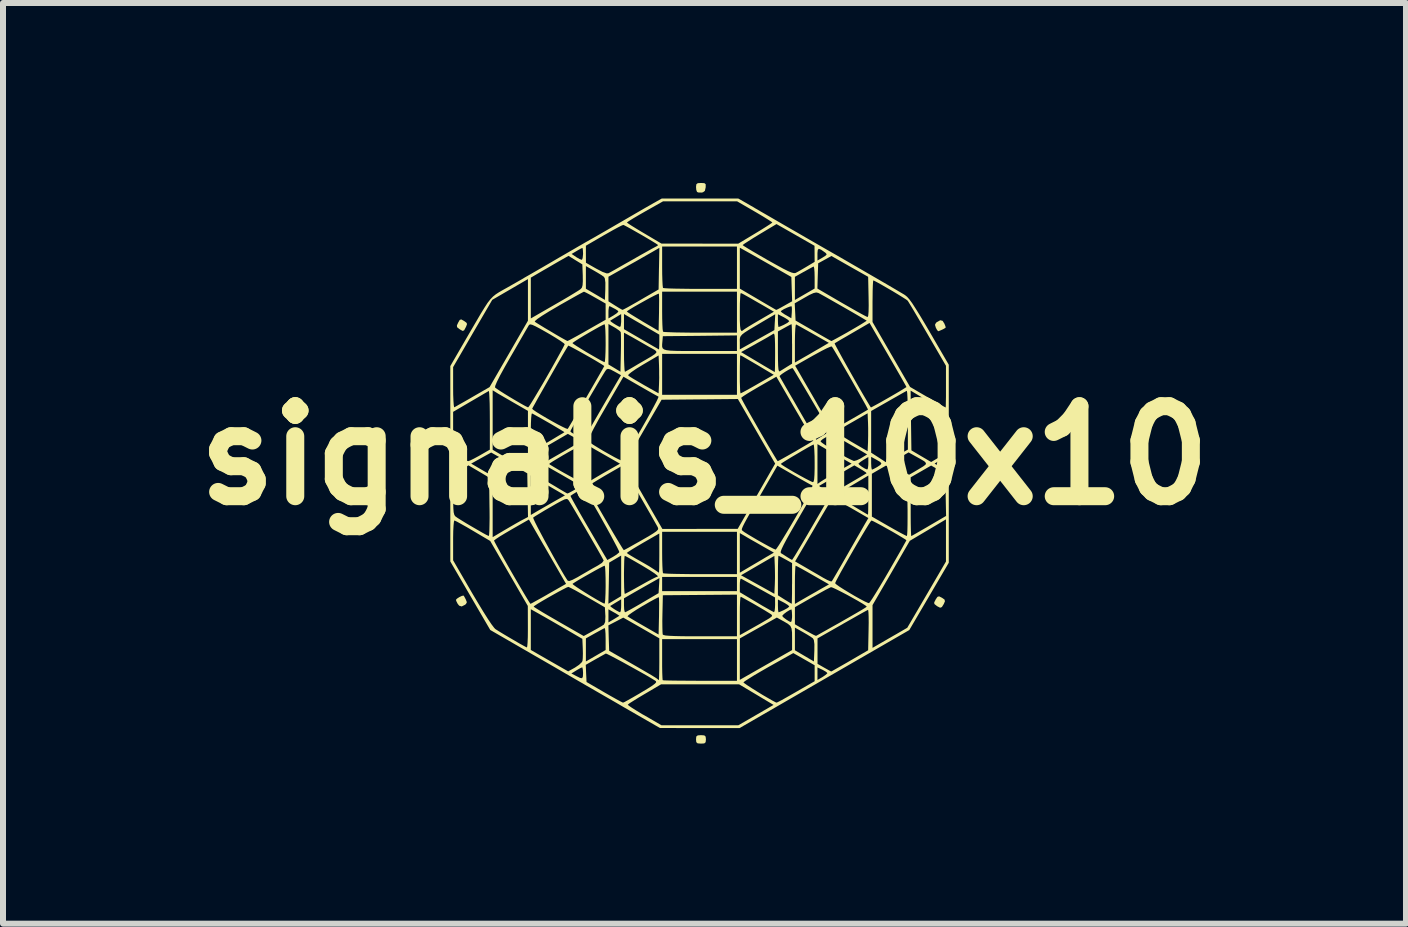
<source format=kicad_pcb>
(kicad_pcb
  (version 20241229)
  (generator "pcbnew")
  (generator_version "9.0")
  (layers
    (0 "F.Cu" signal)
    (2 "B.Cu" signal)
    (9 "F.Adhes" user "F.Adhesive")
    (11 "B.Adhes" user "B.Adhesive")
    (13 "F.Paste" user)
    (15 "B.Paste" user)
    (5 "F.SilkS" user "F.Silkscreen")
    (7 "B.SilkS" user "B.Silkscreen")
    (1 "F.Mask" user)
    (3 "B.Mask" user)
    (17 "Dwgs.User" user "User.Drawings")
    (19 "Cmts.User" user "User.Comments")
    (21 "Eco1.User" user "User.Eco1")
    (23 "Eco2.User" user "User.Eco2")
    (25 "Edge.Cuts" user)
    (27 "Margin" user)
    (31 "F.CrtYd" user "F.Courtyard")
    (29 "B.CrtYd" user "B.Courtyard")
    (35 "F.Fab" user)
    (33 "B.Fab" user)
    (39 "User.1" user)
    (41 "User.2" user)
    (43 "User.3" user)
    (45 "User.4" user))
  (footprint "signalis_10x10"
    (layer "F.Cu")
    (at 8.693 4.543)
    (property "Reference" "signalis_10x10" (at 0 0 0) (layer "F.SilkS") (effects (font (size 1.5 1.5) (thickness 0.3))))
    (attr board_only exclude_from_pos_files exclude_from_bom)
    (fp_poly (pts (xy -0.003 4.665) (xy 0.019 4.685) (xy 0.024 4.732) (xy 0.019 4.779) (xy -0.004 4.799) (xy -0.059 4.802) (xy -0.114 4.798) (xy -0.137 4.778) (xy -0.141 4.732) (xy -0.137 4.684) (xy -0.113 4.665) (xy -0.059 4.661)) (stroke (width 0) (type solid)) (fill yes) (layer "F.SilkS"))
    (fp_poly (pts (xy -0.002 -4.54) (xy 0.02 -4.522) (xy 0.02 -4.476) (xy 0.019 -4.467) (xy 0.006 -4.411) (xy -0.025 -4.388) (xy -0.048 -4.383) (xy -0.099 -4.384) (xy -0.124 -4.393) (xy -0.137 -4.427) (xy -0.141 -4.477) (xy -0.136 -4.521) (xy -0.112 -4.54) (xy -0.057 -4.543)) (stroke (width 0) (type solid)) (fill yes) (layer "F.SilkS"))
    (fp_poly (pts (xy 3.969 -2.245) (xy 3.999 -2.198) (xy 4.017 -2.152) (xy 4.02 -2.131) (xy 3.99 -2.112) (xy 3.944 -2.09) (xy 3.905 -2.074) (xy 3.897 -2.072) (xy 3.878 -2.09) (xy 3.856 -2.131) (xy 3.842 -2.179) (xy 3.859 -2.212) (xy 3.874 -2.224) (xy 3.93 -2.255)) (stroke (width 0) (type solid)) (fill yes) (layer "F.SilkS"))
    (fp_poly (pts (xy -4.015 -2.247) (xy -4.013 -2.246) (xy -3.97 -2.216) (xy -3.958 -2.193) (xy -3.971 -2.155) (xy -3.982 -2.132) (xy -4.007 -2.086) (xy -4.032 -2.077) (xy -4.075 -2.101) (xy -4.089 -2.111) (xy -4.124 -2.139) (xy -4.127 -2.169) (xy -4.106 -2.215) (xy -4.08 -2.26) (xy -4.055 -2.269)) (stroke (width 0) (type solid)) (fill yes) (layer "F.SilkS"))
    (fp_poly (pts (xy -4.014 2.335) (xy -4 2.359) (xy -3.979 2.399) (xy -3.961 2.445) (xy -3.976 2.475) (xy -3.992 2.488) (xy -4.047 2.516) (xy -4.089 2.503) (xy -4.114 2.472) (xy -4.137 2.427) (xy -4.143 2.405) (xy -4.125 2.385) (xy -4.085 2.359) (xy -4.042 2.339) (xy -4.015 2.335)) (stroke (width 0) (type solid)) (fill yes) (layer "F.SilkS"))
    (fp_poly (pts (xy 3.954 2.369) (xy 3.958 2.371) (xy 4.001 2.401) (xy 4.008 2.43) (xy 3.988 2.476) (xy 3.957 2.526) (xy 3.928 2.537) (xy 3.882 2.514) (xy 3.867 2.503) (xy 3.832 2.475) (xy 3.829 2.448) (xy 3.853 2.401) (xy 3.853 2.4) (xy 3.883 2.356) (xy 3.91 2.347)) (stroke (width 0) (type solid)) (fill yes) (layer "F.SilkS"))
    (fp_poly (pts (xy 0.688 -4.213) (xy 0.76 -4.171) (xy 0.82 -4.137) (xy 0.847 -4.12) (xy 0.876 -4.104) (xy 0.938 -4.067) (xy 1.029 -4.015) (xy 1.143 -3.949) (xy 1.272 -3.874) (xy 1.412 -3.793) (xy 1.555 -3.711) (xy 1.696 -3.629) (xy 1.828 -3.553) (xy 1.946 -3.485) (xy 2.042 -3.43) (xy 2.112 -3.39) (xy 2.117 -3.387) (xy 2.271 -3.299) (xy 2.433 -3.205) (xy 2.599 -3.109) (xy 2.761 -3.015) (xy 2.915 -2.926) (xy 3.054 -2.845) (xy 3.173 -2.775) (xy 3.266 -2.72) (xy 3.327 -2.684) (xy 3.345 -2.672) (xy 3.377 -2.646) (xy 3.415 -2.603) (xy 3.462 -2.539) (xy 3.52 -2.449) (xy 3.594 -2.33) (xy 3.686 -2.176) (xy 3.751 -2.065) (xy 4.072 -1.513) (xy 4.072 0.137) (xy 4.072 1.787) (xy 3.743 2.348) (xy 3.414 2.909) (xy 1.999 3.726) (xy 0.585 4.543) (xy -0.078 4.543) (xy -0.742 4.542) (xy -1.354 4.19) (xy -1.417 4.153) (xy -1.279 4.153) (xy -1.261 4.17) (xy -1.21 4.205) (xy -1.132 4.254) (xy -1.035 4.313) (xy -1 4.332) (xy -0.718 4.496) (xy -0.077 4.496) (xy 0.565 4.496) (xy 0.858 4.327) (xy 1.151 4.157) (xy 0.864 3.985) (xy 0.577 3.814) (xy -0.074 3.814) (xy -0.724 3.814) (xy -0.999 3.976) (xy -1.1 4.036) (xy -1.185 4.089) (xy -1.247 4.128) (xy -1.277 4.151) (xy -1.279 4.153) (xy -1.417 4.153) (xy -1.51 4.099) (xy -1.656 4.015) (xy -1.786 3.94) (xy -1.893 3.878) (xy -1.972 3.833) (xy -2.018 3.806) (xy -2.024 3.802) (xy -2.058 3.783) (xy -2.127 3.743) (xy -2.227 3.685) (xy -2.317 3.633) (xy -2.219 3.633) (xy -2.139 3.675) (xy -2.074 3.707) (xy -2.04 3.712) (xy -2.027 3.684) (xy -2.024 3.625) (xy -2.028 3.566) (xy -2.036 3.533) (xy -2.039 3.531) (xy -2.067 3.542) (xy -2.118 3.571) (xy -2.136 3.582) (xy -2.219 3.633) (xy -2.317 3.633) (xy -2.353 3.612) (xy -2.499 3.527) (xy -2.662 3.433) (xy -2.827 3.338) (xy -3.571 2.908) (xy -3.904 2.337) (xy -4.237 1.766) (xy -4.237 1.415) (xy -4.19 1.415) (xy -4.19 1.747) (xy -3.869 2.3) (xy -3.773 2.461) (xy -3.687 2.603) (xy -3.611 2.723) (xy -3.55 2.814) (xy -3.506 2.872) (xy -3.487 2.892) (xy -3.429 2.929) (xy -3.35 2.977) (xy -3.259 3.031) (xy -3.166 3.085) (xy -3.081 3.135) (xy -3.012 3.173) (xy -2.969 3.196) (xy -2.96 3.199) (xy -2.954 3.178) (xy -2.949 3.118) (xy -2.945 3.026) (xy -2.944 2.913) (xy -2.944 2.902) (xy -2.895 2.902) (xy -2.895 3.241) (xy -2.584 3.42) (xy -2.272 3.598) (xy -2.159 3.535) (xy -2.094 3.491) (xy -2.091 3.489) (xy -1.979 3.489) (xy -1.973 3.632) (xy -1.966 3.775) (xy -1.671 3.947) (xy -1.565 4.008) (xy -1.474 4.059) (xy -1.404 4.097) (xy -1.364 4.117) (xy -1.358 4.119) (xy -1.331 4.108) (xy -1.273 4.076) (xy -1.19 4.029) (xy -1.09 3.971) (xy -1.057 3.951) (xy -0.945 3.884) (xy -0.87 3.836) (xy -0.825 3.802) (xy -0.808 3.782) (xy 0.649 3.782) (xy 0.669 3.799) (xy 0.72 3.834) (xy 0.794 3.882) (xy 0.882 3.937) (xy 0.973 3.993) (xy 1.061 4.044) (xy 1.134 4.086) (xy 1.185 4.113) (xy 1.203 4.119) (xy 1.227 4.108) (xy 1.285 4.078) (xy 1.368 4.031) (xy 1.47 3.973) (xy 1.526 3.941) (xy 1.836 3.762) (xy 1.836 3.637) (xy 1.883 3.637) (xy 1.883 3.741) (xy 1.966 3.693) (xy 2.017 3.658) (xy 2.046 3.632) (xy 2.048 3.627) (xy 2.029 3.607) (xy 1.981 3.579) (xy 1.966 3.571) (xy 1.883 3.532) (xy 1.883 3.637) (xy 1.836 3.637) (xy 1.836 3.629) (xy 1.836 3.496) (xy 1.794 3.472) (xy 1.884 3.472) (xy 1.995 3.536) (xy 2.058 3.571) (xy 2.1 3.594) (xy 2.111 3.6) (xy 2.132 3.59) (xy 2.186 3.559) (xy 2.267 3.513) (xy 2.367 3.456) (xy 2.422 3.424) (xy 2.728 3.246) (xy 2.735 2.906) (xy 2.737 2.786) (xy 2.736 2.686) (xy 2.733 2.613) (xy 2.728 2.575) (xy 2.726 2.572) (xy 2.701 2.585) (xy 2.642 2.617) (xy 2.555 2.666) (xy 2.446 2.728) (xy 2.322 2.798) (xy 2.297 2.813) (xy 1.884 3.048) (xy 1.884 3.26) (xy 1.884 3.472) (xy 1.794 3.472) (xy 1.658 3.394) (xy 1.48 3.293) (xy 1.063 3.527) (xy 0.938 3.599) (xy 0.827 3.664) (xy 0.739 3.719) (xy 0.678 3.758) (xy 0.65 3.78) (xy 0.649 3.782) (xy -0.808 3.782) (xy -0.806 3.78) (xy -0.808 3.764) (xy -0.818 3.755) (xy -0.867 3.725) (xy -0.943 3.679) (xy -1.04 3.624) (xy -1.149 3.563) (xy -1.263 3.5) (xy -1.375 3.438) (xy -1.476 3.384) (xy -1.56 3.34) (xy -1.618 3.311) (xy -1.644 3.3) (xy -1.644 3.3) (xy -1.671 3.315) (xy -1.727 3.346) (xy -1.802 3.388) (xy -1.82 3.398) (xy -1.979 3.489) (xy -2.091 3.489) (xy -2.047 3.447) (xy -2.034 3.425) (xy -2.029 3.377) (xy -2.027 3.3) (xy -2.029 3.216) (xy -2.036 3.055) (xy -2.05 3.048) (xy -1.977 3.048) (xy -1.977 3.24) (xy -1.977 3.433) (xy -1.813 3.338) (xy -1.648 3.242) (xy -1.648 3.055) (xy -1.65 2.969) (xy -1.655 2.906) (xy -1.663 2.877) (xy -1.666 2.876) (xy -1.694 2.891) (xy -1.751 2.922) (xy -1.826 2.963) (xy -1.831 2.966) (xy -1.977 3.048) (xy -2.05 3.048) (xy -2.319 2.891) (xy -2.438 2.822) (xy -2.557 2.753) (xy -2.664 2.692) (xy -2.744 2.647) (xy -2.748 2.644) (xy -2.895 2.562) (xy -2.895 2.902) (xy -2.944 2.902) (xy -2.944 2.854) (xy -2.945 2.517) (xy -2.848 2.517) (xy -2.829 2.533) (xy -2.774 2.567) (xy -2.691 2.618) (xy -2.585 2.68) (xy -2.462 2.751) (xy -2.43 2.77) (xy -2.013 3.009) (xy -1.86 2.925) (xy -1.781 2.881) (xy -1.715 2.843) (xy -1.697 2.831) (xy -1.602 2.831) (xy -1.596 3.043) (xy -1.589 3.255) (xy -1.201 3.477) (xy -1.078 3.548) (xy -0.968 3.612) (xy -0.879 3.664) (xy -0.818 3.702) (xy -0.79 3.721) (xy -0.79 3.721) (xy -0.765 3.741) (xy -0.76 3.743) (xy -0.758 3.721) (xy -0.756 3.66) (xy -0.754 3.568) (xy -0.753 3.454) (xy -0.753 3.398) (xy -0.706 3.398) (xy -0.706 3.519) (xy -0.704 3.622) (xy -0.701 3.698) (xy -0.698 3.74) (xy -0.696 3.745) (xy -0.671 3.748) (xy -0.605 3.75) (xy -0.505 3.752) (xy -0.376 3.753) (xy -0.226 3.754) (xy -0.073 3.755) (xy 0.541 3.755) (xy 0.541 3.739) (xy 0.589 3.739) (xy 1.024 3.491) (xy 1.46 3.243) (xy 1.46 3.057) (xy 1.507 3.057) (xy 1.507 3.246) (xy 1.665 3.339) (xy 1.824 3.433) (xy 1.831 3.254) (xy 1.832 3.144) (xy 1.823 3.076) (xy 1.808 3.048) (xy 1.772 3.022) (xy 1.709 2.983) (xy 1.642 2.944) (xy 1.507 2.868) (xy 1.507 3.057) (xy 1.46 3.057) (xy 1.46 3.048) (xy 1.459 2.949) (xy 1.451 2.884) (xy 1.431 2.84) (xy 1.39 2.805) (xy 1.322 2.765) (xy 1.303 2.755) (xy 1.206 2.701) (xy 0.898 2.875) (xy 0.59 3.048) (xy 0.589 3.394) (xy 0.589 3.739) (xy 0.541 3.739) (xy 0.541 3.407) (xy 0.541 3.06) (xy -0.082 3.06) (xy -0.706 3.06) (xy -0.706 3.398) (xy -0.753 3.398) (xy -0.753 3.395) (xy -0.753 3.047) (xy -1.053 2.874) (xy -1.354 2.702) (xy -1.478 2.767) (xy -1.602 2.831) (xy -1.697 2.831) (xy -1.678 2.819) (xy -1.676 2.818) (xy -1.656 2.774) (xy -1.652 2.688) (xy -1.652 2.672) (xy -1.601 2.672) (xy -1.601 2.782) (xy -1.512 2.729) (xy -1.458 2.696) (xy -1.429 2.678) (xy -1.283 2.678) (xy -1.283 2.68) (xy -1.258 2.697) (xy -1.2 2.732) (xy -1.119 2.78) (xy -1.022 2.836) (xy -1.017 2.839) (xy -0.765 2.984) (xy -0.76 2.759) (xy -0.703 2.759) (xy -0.702 2.861) (xy -0.7 2.938) (xy -0.697 2.98) (xy -0.696 2.983) (xy -0.683 2.992) (xy -0.648 3) (xy -0.587 3.005) (xy -0.495 3.009) (xy -0.369 3.012) (xy -0.203 3.013) (xy -0.071 3.013) (xy 0.541 3.013) (xy 0.541 2.674) (xy 0.589 2.674) (xy 0.589 2.994) (xy 0.724 2.918) (xy 0.82 2.864) (xy 0.93 2.802) (xy 1.005 2.758) (xy 1.08 2.714) (xy 1.119 2.685) (xy 1.123 2.675) (xy 1.296 2.675) (xy 1.318 2.7) (xy 1.363 2.734) (xy 1.411 2.764) (xy 1.442 2.776) (xy 1.452 2.756) (xy 1.459 2.704) (xy 1.46 2.672) (xy 1.457 2.609) (xy 1.452 2.571) (xy 1.448 2.566) (xy 1.416 2.578) (xy 1.369 2.607) (xy 1.324 2.641) (xy 1.298 2.669) (xy 1.296 2.675) (xy 1.123 2.675) (xy 1.127 2.665) (xy 1.112 2.648) (xy 1.111 2.647) (xy 1.066 2.619) (xy 0.996 2.576) (xy 0.911 2.526) (xy 0.822 2.474) (xy 0.736 2.426) (xy 0.665 2.386) (xy 0.617 2.36) (xy 0.603 2.354) (xy 0.597 2.376) (xy 0.593 2.437) (xy 0.59 2.527) (xy 0.589 2.639) (xy 0.589 2.674) (xy 0.541 2.674) (xy 0.541 2.666) (xy 0.541 2.319) (xy -0.077 2.324) (xy -0.694 2.329) (xy -0.701 2.64) (xy -0.703 2.759) (xy -0.76 2.759) (xy -0.758 2.678) (xy -0.757 2.563) (xy -0.756 2.466) (xy -0.758 2.397) (xy -0.76 2.363) (xy -0.761 2.362) (xy -0.783 2.37) (xy -0.838 2.398) (xy -0.918 2.442) (xy -1.014 2.498) (xy -1.034 2.509) (xy -1.131 2.568) (xy -1.209 2.619) (xy -1.262 2.657) (xy -1.283 2.678) (xy -1.429 2.678) (xy -1.423 2.675) (xy -1.419 2.672) (xy -1.434 2.66) (xy -1.478 2.632) (xy -1.507 2.616) (xy -1.601 2.563) (xy -1.601 2.672) (xy -1.652 2.672) (xy -1.653 2.662) (xy -1.66 2.531) (xy -1.699 2.508) (xy -1.572 2.508) (xy -1.56 2.522) (xy -1.522 2.549) (xy -1.474 2.58) (xy -1.429 2.604) (xy -1.407 2.613) (xy -1.396 2.592) (xy -1.39 2.539) (xy -1.389 2.505) (xy -1.389 2.397) (xy -1.477 2.45) (xy -1.532 2.484) (xy -1.567 2.505) (xy -1.572 2.508) (xy -1.699 2.508) (xy -1.762 2.471) (xy -1.602 2.471) (xy -1.495 2.407) (xy -1.45 2.38) (xy -1.342 2.38) (xy -1.342 2.496) (xy -1.339 2.563) (xy -1.33 2.605) (xy -1.324 2.613) (xy -1.298 2.601) (xy -1.24 2.57) (xy -1.158 2.524) (xy -1.059 2.467) (xy -1.036 2.453) (xy -0.765 2.294) (xy -0.758 2.168) (xy -0.756 2.142) (xy -0.706 2.142) (xy -0.706 2.26) (xy -0.082 2.26) (xy 0.541 2.26) (xy 0.541 2.161) (xy 0.589 2.161) (xy 0.589 2.279) (xy 0.865 2.444) (xy 0.967 2.505) (xy 1.055 2.555) (xy 1.121 2.592) (xy 1.156 2.61) (xy 1.159 2.611) (xy 1.169 2.591) (xy 1.175 2.537) (xy 1.176 2.507) (xy 1.224 2.507) (xy 1.226 2.57) (xy 1.232 2.608) (xy 1.235 2.613) (xy 1.261 2.604) (xy 1.313 2.581) (xy 1.329 2.573) (xy 1.382 2.544) (xy 1.401 2.528) (xy 1.507 2.528) (xy 1.507 2.67) (xy 1.507 2.813) (xy 1.678 2.912) (xy 1.757 2.956) (xy 1.819 2.989) (xy 1.855 3.005) (xy 1.86 3.006) (xy 1.883 2.994) (xy 1.941 2.961) (xy 2.027 2.913) (xy 2.135 2.852) (xy 2.259 2.783) (xy 2.288 2.766) (xy 2.414 2.694) (xy 2.525 2.63) (xy 2.614 2.578) (xy 2.676 2.54) (xy 2.704 2.52) (xy 2.705 2.519) (xy 2.686 2.502) (xy 2.673 2.493) (xy 2.801 2.493) (xy 2.801 2.85) (xy 2.801 3.206) (xy 2.901 3.148) (xy 2.969 3.109) (xy 3.06 3.056) (xy 3.159 2.999) (xy 3.191 2.981) (xy 3.38 2.871) (xy 3.703 2.319) (xy 4.025 1.767) (xy 4.025 1.415) (xy 4.025 1.064) (xy 3.724 1.243) (xy 3.422 1.422) (xy 3.112 1.958) (xy 2.801 2.493) (xy 2.673 2.493) (xy 2.634 2.468) (xy 2.558 2.423) (xy 2.467 2.372) (xy 2.371 2.319) (xy 2.277 2.27) (xy 2.197 2.23) (xy 2.138 2.203) (xy 2.109 2.194) (xy 2.109 2.194) (xy 2.079 2.208) (xy 2.017 2.24) (xy 1.93 2.288) (xy 1.828 2.345) (xy 1.794 2.364) (xy 1.507 2.528) (xy 1.401 2.528) (xy 1.411 2.519) (xy 1.412 2.515) (xy 1.393 2.494) (xy 1.345 2.463) (xy 1.318 2.448) (xy 1.224 2.4) (xy 1.224 2.507) (xy 1.176 2.507) (xy 1.177 2.489) (xy 1.176 2.366) (xy 0.901 2.213) (xy 0.798 2.156) (xy 0.709 2.107) (xy 0.644 2.071) (xy 0.609 2.053) (xy 0.607 2.052) (xy 0.596 2.068) (xy 0.59 2.119) (xy 0.589 2.161) (xy 0.541 2.161) (xy 0.541 2.142) (xy 0.541 2.024) (xy -0.082 2.024) (xy -0.706 2.024) (xy -0.706 2.142) (xy -0.756 2.142) (xy -0.751 2.043) (xy -0.887 2.12) (xy -0.981 2.173) (xy -1.09 2.235) (xy -1.183 2.288) (xy -1.342 2.38) (xy -1.45 2.38) (xy -1.389 2.343) (xy -1.389 2.005) (xy -1.389 1.989) (xy -1.342 1.989) (xy -1.341 2.105) (xy -1.339 2.202) (xy -1.335 2.272) (xy -1.33 2.305) (xy -1.329 2.307) (xy -1.305 2.296) (xy -1.248 2.266) (xy -1.167 2.222) (xy -1.071 2.168) (xy -1.067 2.166) (xy -0.969 2.111) (xy -0.886 2.066) (xy -0.826 2.036) (xy -0.798 2.024) (xy -0.797 2.024) (xy -0.777 2.018) (xy -0.788 1.998) (xy -0.792 1.996) (xy 0.609 1.996) (xy 0.887 2.15) (xy 1.165 2.305) (xy 1.172 2.154) (xy 1.175 2.045) (xy 1.175 2.001) (xy 1.224 2.001) (xy 1.224 2.33) (xy 1.336 2.401) (xy 1.398 2.439) (xy 1.441 2.465) (xy 1.454 2.471) (xy 1.456 2.449) (xy 1.457 2.389) (xy 1.459 2.297) (xy 1.459 2.184) (xy 1.459 2.155) (xy 1.507 2.155) (xy 1.507 2.474) (xy 1.607 2.415) (xy 1.675 2.376) (xy 1.767 2.323) (xy 1.866 2.267) (xy 1.891 2.252) (xy 2.075 2.148) (xy 2.041 2.128) (xy 2.177 2.128) (xy 2.197 2.148) (xy 2.248 2.185) (xy 2.323 2.233) (xy 2.412 2.287) (xy 2.505 2.342) (xy 2.594 2.392) (xy 2.67 2.432) (xy 2.723 2.456) (xy 2.742 2.461) (xy 2.76 2.44) (xy 2.798 2.384) (xy 2.852 2.298) (xy 2.92 2.187) (xy 2.997 2.058) (xy 3.066 1.94) (xy 3.147 1.799) (xy 3.22 1.672) (xy 3.282 1.564) (xy 3.328 1.481) (xy 3.357 1.429) (xy 3.365 1.412) (xy 3.346 1.397) (xy 3.294 1.365) (xy 3.219 1.32) (xy 3.13 1.268) (xy 3.035 1.215) (xy 2.944 1.164) (xy 2.865 1.122) (xy 2.809 1.093) (xy 2.783 1.083) (xy 2.767 1.102) (xy 2.732 1.156) (xy 2.682 1.238) (xy 2.62 1.341) (xy 2.551 1.458) (xy 2.478 1.583) (xy 2.405 1.71) (xy 2.336 1.831) (xy 2.275 1.939) (xy 2.226 2.03) (xy 2.192 2.094) (xy 2.178 2.127) (xy 2.177 2.128) (xy 2.041 2.128) (xy 1.803 1.992) (xy 1.702 1.934) (xy 1.616 1.886) (xy 1.553 1.852) (xy 1.521 1.837) (xy 1.519 1.836) (xy 1.515 1.858) (xy 1.511 1.919) (xy 1.508 2.009) (xy 1.507 2.121) (xy 1.507 2.155) (xy 1.459 2.155) (xy 1.46 2.132) (xy 1.46 1.793) (xy 1.41 1.765) (xy 1.51 1.765) (xy 1.679 1.863) (xy 1.78 1.922) (xy 1.886 1.983) (xy 1.974 2.035) (xy 1.977 2.037) (xy 2.046 2.074) (xy 2.098 2.096) (xy 2.121 2.098) (xy 2.136 2.074) (xy 2.171 2.015) (xy 2.222 1.928) (xy 2.286 1.818) (xy 2.358 1.692) (xy 2.39 1.636) (xy 2.468 1.5) (xy 2.54 1.374) (xy 2.603 1.265) (xy 2.652 1.179) (xy 2.683 1.125) (xy 2.689 1.115) (xy 2.732 1.042) (xy 2.436 0.871) (xy 2.33 0.812) (xy 2.241 0.762) (xy 2.173 0.727) (xy 2.137 0.71) (xy 2.132 0.709) (xy 2.118 0.731) (xy 2.084 0.788) (xy 2.033 0.875) (xy 1.967 0.986) (xy 1.891 1.115) (xy 1.817 1.242) (xy 1.51 1.765) (xy 1.41 1.765) (xy 1.351 1.732) (xy 1.288 1.698) (xy 1.245 1.676) (xy 1.233 1.671) (xy 1.23 1.693) (xy 1.227 1.754) (xy 1.225 1.845) (xy 1.224 1.958) (xy 1.224 2.001) (xy 1.175 2.001) (xy 1.174 1.921) (xy 1.172 1.838) (xy 1.165 1.673) (xy 0.887 1.834) (xy 0.609 1.996) (xy -0.792 1.996) (xy -0.834 1.963) (xy -0.916 1.909) (xy -1.037 1.836) (xy -1.047 1.83) (xy -1.147 1.772) (xy -1.233 1.723) (xy -1.295 1.688) (xy -1.327 1.672) (xy -1.329 1.671) (xy -1.334 1.693) (xy -1.338 1.754) (xy -1.34 1.845) (xy -1.342 1.957) (xy -1.342 1.989) (xy -1.389 1.989) (xy -1.389 1.667) (xy -1.489 1.726) (xy -1.589 1.785) (xy -1.595 2.128) (xy -1.602 2.471) (xy -1.762 2.471) (xy -1.954 2.36) (xy -2.06 2.3) (xy -2.152 2.248) (xy -2.223 2.211) (xy -2.264 2.191) (xy -2.27 2.19) (xy -2.298 2.2) (xy -2.356 2.23) (xy -2.436 2.272) (xy -2.527 2.323) (xy -2.621 2.376) (xy -2.71 2.428) (xy -2.783 2.472) (xy -2.832 2.504) (xy -2.848 2.517) (xy -2.945 2.517) (xy -2.945 2.507) (xy -3.258 1.966) (xy -3.572 1.424) (xy -3.582 1.418) (xy -3.508 1.418) (xy -3.496 1.444) (xy -3.465 1.502) (xy -3.418 1.588) (xy -3.359 1.693) (xy -3.291 1.813) (xy -3.219 1.939) (xy -3.146 2.065) (xy -3.076 2.185) (xy -3.013 2.292) (xy -2.96 2.38) (xy -2.922 2.442) (xy -2.903 2.47) (xy -2.901 2.472) (xy -2.877 2.461) (xy -2.821 2.43) (xy -2.739 2.385) (xy -2.638 2.328) (xy -2.599 2.305) (xy -2.309 2.14) (xy -2.2 2.14) (xy -2.184 2.156) (xy -2.136 2.19) (xy -2.066 2.236) (xy -1.981 2.29) (xy -1.892 2.345) (xy -1.806 2.396) (xy -1.734 2.437) (xy -1.683 2.463) (xy -1.665 2.469) (xy -1.659 2.448) (xy -1.654 2.388) (xy -1.65 2.298) (xy -1.648 2.187) (xy -1.648 2.154) (xy -1.649 2.038) (xy -1.652 1.941) (xy -1.656 1.871) (xy -1.662 1.838) (xy -1.663 1.836) (xy -1.69 1.847) (xy -1.748 1.877) (xy -1.826 1.919) (xy -1.916 1.97) (xy -2.008 2.022) (xy -2.091 2.07) (xy -2.156 2.11) (xy -2.194 2.135) (xy -2.2 2.14) (xy -2.309 2.14) (xy -2.308 2.139) (xy -2.372 2.028) (xy -2.404 1.973) (xy -2.454 1.886) (xy -2.518 1.775) (xy -2.592 1.647) (xy -2.67 1.512) (xy -2.682 1.492) (xy -2.927 1.067) (xy -3.217 1.233) (xy -3.321 1.294) (xy -3.409 1.347) (xy -3.472 1.389) (xy -3.505 1.414) (xy -3.508 1.418) (xy -3.582 1.418) (xy -3.679 1.361) (xy -3.531 1.361) (xy -3.339 1.247) (xy -3.24 1.189) (xy -3.143 1.133) (xy -3.065 1.089) (xy -3.044 1.078) (xy -2.962 1.035) (xy -2.856 1.035) (xy -2.849 1.058) (xy -2.823 1.115) (xy -2.78 1.2) (xy -2.724 1.306) (xy -2.66 1.426) (xy -2.59 1.553) (xy -2.52 1.68) (xy -2.451 1.802) (xy -2.388 1.911) (xy -2.335 2.001) (xy -2.295 2.064) (xy -2.279 2.087) (xy -2.253 2.092) (xy -2.2 2.072) (xy -2.114 2.027) (xy -2.067 1.999) (xy -1.968 1.942) (xy -1.872 1.886) (xy -1.794 1.843) (xy -1.773 1.831) (xy -1.708 1.789) (xy -1.682 1.754) (xy -1.683 1.745) (xy -1.699 1.715) (xy -1.734 1.652) (xy -1.785 1.562) (xy -1.848 1.453) (xy -1.918 1.332) (xy -1.991 1.206) (xy -2.064 1.082) (xy -2.131 0.968) (xy -2.189 0.87) (xy -2.234 0.795) (xy -2.262 0.751) (xy -2.266 0.745) (xy -2.281 0.729) (xy -2.301 0.724) (xy -2.334 0.732) (xy -2.386 0.757) (xy -2.465 0.8) (xy -2.567 0.859) (xy -2.669 0.918) (xy -2.756 0.971) (xy -2.821 1.01) (xy -2.854 1.033) (xy -2.856 1.035) (xy -2.962 1.035) (xy -2.942 1.024) (xy -2.948 0.661) (xy -2.948 0.661) (xy -2.895 0.661) (xy -2.895 0.991) (xy -2.795 0.932) (xy -2.727 0.893) (xy -2.635 0.84) (xy -2.537 0.784) (xy -2.511 0.769) (xy -2.341 0.673) (xy -2.233 0.673) (xy -2.224 0.695) (xy -2.193 0.753) (xy -2.141 0.846) (xy -2.072 0.968) (xy -1.987 1.116) (xy -1.887 1.287) (xy -1.776 1.477) (xy -1.672 1.654) (xy -1.619 1.742) (xy -1.525 1.689) (xy -1.466 1.652) (xy -1.433 1.624) (xy -1.294 1.624) (xy -1.275 1.64) (xy -1.223 1.672) (xy -1.149 1.716) (xy -1.103 1.742) (xy -1.008 1.796) (xy -0.92 1.847) (xy -0.855 1.889) (xy -0.838 1.9) (xy -0.79 1.933) (xy -0.761 1.952) (xy -0.759 1.953) (xy -0.757 1.931) (xy -0.755 1.871) (xy -0.754 1.78) (xy -0.753 1.668) (xy -0.753 1.626) (xy -0.753 1.609) (xy -0.706 1.609) (xy -0.705 1.73) (xy -0.702 1.835) (xy -0.698 1.913) (xy -0.693 1.956) (xy -0.691 1.962) (xy -0.664 1.966) (xy -0.596 1.97) (xy -0.494 1.973) (xy -0.365 1.975) (xy -0.214 1.977) (xy -0.067 1.977) (xy 0.541 1.977) (xy 0.541 1.624) (xy 0.541 1.623) (xy 0.589 1.623) (xy 0.589 1.953) (xy 0.771 1.845) (xy 0.868 1.788) (xy 0.963 1.732) (xy 1.04 1.686) (xy 1.055 1.678) (xy 1.149 1.623) (xy 1.271 1.623) (xy 1.274 1.627) (xy 1.315 1.652) (xy 1.372 1.689) (xy 1.377 1.692) (xy 1.427 1.723) (xy 1.457 1.739) (xy 1.46 1.74) (xy 1.474 1.72) (xy 1.509 1.666) (xy 1.56 1.581) (xy 1.626 1.471) (xy 1.702 1.342) (xy 1.781 1.207) (xy 2.091 0.673) (xy 2.077 0.665) (xy 2.197 0.665) (xy 2.213 0.68) (xy 2.242 0.699) (xy 2.301 0.734) (xy 2.379 0.781) (xy 2.467 0.834) (xy 2.554 0.886) (xy 2.633 0.933) (xy 2.692 0.968) (xy 2.723 0.985) (xy 2.725 0.986) (xy 2.727 0.965) (xy 2.729 0.905) (xy 2.73 0.815) (xy 2.731 0.703) (xy 2.731 0.661) (xy 2.731 0.334) (xy 2.478 0.485) (xy 2.379 0.543) (xy 2.295 0.593) (xy 2.233 0.628) (xy 2.202 0.646) (xy 2.201 0.646) (xy 2.197 0.665) (xy 2.077 0.665) (xy 1.981 0.609) (xy 1.918 0.577) (xy 1.871 0.56) (xy 1.856 0.561) (xy 1.84 0.585) (xy 1.804 0.644) (xy 1.751 0.733) (xy 1.685 0.845) (xy 1.609 0.975) (xy 1.541 1.092) (xy 1.445 1.259) (xy 1.372 1.389) (xy 1.32 1.487) (xy 1.287 1.556) (xy 1.271 1.6) (xy 1.271 1.623) (xy 1.149 1.623) (xy 1.156 1.618) (xy 0.972 1.514) (xy 0.875 1.458) (xy 0.779 1.404) (xy 0.703 1.36) (xy 0.689 1.351) (xy 0.589 1.293) (xy 0.589 1.623) (xy 0.541 1.623) (xy 0.541 1.271) (xy -0.082 1.271) (xy -0.706 1.271) (xy -0.706 1.609) (xy -0.753 1.609) (xy -0.753 1.299) (xy -1.024 1.455) (xy -1.124 1.514) (xy -1.207 1.564) (xy -1.266 1.602) (xy -1.293 1.622) (xy -1.294 1.624) (xy -1.433 1.624) (xy -1.426 1.619) (xy -1.42 1.609) (xy -1.429 1.585) (xy -1.458 1.526) (xy -1.503 1.441) (xy -1.56 1.334) (xy -1.626 1.214) (xy -1.697 1.087) (xy -1.769 0.958) (xy -1.839 0.837) (xy -1.902 0.727) (xy -1.954 0.638) (xy -1.993 0.575) (xy -2.013 0.546) (xy -2.034 0.553) (xy -2.08 0.578) (xy -2.138 0.611) (xy -2.192 0.644) (xy -2.23 0.67) (xy -2.233 0.673) (xy -2.341 0.673) (xy -2.326 0.664) (xy -2.499 0.563) (xy -2.597 0.506) (xy -2.695 0.448) (xy -2.775 0.401) (xy -2.784 0.397) (xy -2.895 0.331) (xy -2.895 0.661) (xy -2.948 0.661) (xy -2.954 0.299) (xy -2.839 0.299) (xy -2.816 0.316) (xy -2.761 0.35) (xy -2.685 0.397) (xy -2.596 0.451) (xy -2.503 0.506) (xy -2.417 0.558) (xy -2.346 0.6) (xy -2.299 0.627) (xy -2.285 0.633) (xy -2.261 0.624) (xy -2.211 0.597) (xy -2.174 0.576) (xy -2.115 0.54) (xy -2.097 0.527) (xy -1.954 0.527) (xy -1.942 0.552) (xy -1.911 0.61) (xy -1.864 0.695) (xy -1.805 0.8) (xy -1.737 0.919) (xy -1.664 1.045) (xy -1.591 1.171) (xy -1.521 1.291) (xy -1.457 1.398) (xy -1.404 1.485) (xy -1.366 1.547) (xy -1.346 1.576) (xy -1.345 1.577) (xy -1.322 1.566) (xy -1.266 1.536) (xy -1.185 1.49) (xy -1.085 1.434) (xy -1.045 1.411) (xy -0.93 1.345) (xy -0.852 1.297) (xy -0.803 1.263) (xy -0.778 1.238) (xy -0.775 1.23) (xy 0.622 1.23) (xy 0.623 1.242) (xy 0.629 1.25) (xy 0.63 1.251) (xy 0.663 1.276) (xy 0.725 1.315) (xy 0.807 1.364) (xy 0.899 1.418) (xy 0.992 1.47) (xy 1.076 1.516) (xy 1.142 1.55) (xy 1.181 1.567) (xy 1.187 1.568) (xy 1.204 1.547) (xy 1.242 1.491) (xy 1.296 1.404) (xy 1.363 1.294) (xy 1.441 1.164) (xy 1.516 1.036) (xy 1.597 0.894) (xy 1.669 0.767) (xy 1.728 0.658) (xy 1.771 0.574) (xy 1.796 0.52) (xy 1.799 0.507) (xy 1.911 0.507) (xy 1.926 0.52) (xy 1.967 0.548) (xy 2.021 0.581) (xy 2.073 0.612) (xy 2.11 0.631) (xy 2.115 0.633) (xy 2.137 0.623) (xy 2.192 0.593) (xy 2.272 0.547) (xy 2.371 0.49) (xy 2.409 0.468) (xy 2.512 0.408) (xy 2.6 0.356) (xy 2.665 0.318) (xy 2.688 0.304) (xy 2.79 0.304) (xy 2.79 0.661) (xy 2.79 1.018) (xy 3.072 1.18) (xy 3.176 1.239) (xy 3.265 1.288) (xy 3.332 1.323) (xy 3.369 1.341) (xy 3.373 1.342) (xy 3.378 1.319) (xy 3.382 1.257) (xy 3.384 1.161) (xy 3.385 1.039) (xy 3.385 0.898) (xy 3.384 0.854) (xy 3.378 0.366) (xy 3.372 0.363) (xy 3.437 0.363) (xy 3.437 0.852) (xy 3.437 0.998) (xy 3.438 1.127) (xy 3.44 1.231) (xy 3.443 1.305) (xy 3.445 1.34) (xy 3.446 1.342) (xy 3.469 1.331) (xy 3.524 1.3) (xy 3.605 1.253) (xy 3.704 1.196) (xy 3.741 1.174) (xy 4.027 1.007) (xy 4.02 0.653) (xy 4.014 0.3) (xy 3.896 0.234) (xy 3.778 0.167) (xy 3.608 0.265) (xy 3.437 0.363) (xy 3.372 0.363) (xy 3.202 0.267) (xy 3.027 0.167) (xy 2.908 0.235) (xy 2.79 0.304) (xy 2.688 0.304) (xy 2.699 0.297) (xy 2.702 0.295) (xy 2.688 0.28) (xy 2.644 0.251) (xy 2.604 0.226) (xy 2.498 0.164) (xy 2.208 0.332) (xy 2.104 0.393) (xy 2.016 0.445) (xy 1.95 0.483) (xy 1.915 0.504) (xy 1.911 0.507) (xy 1.799 0.507) (xy 1.8 0.501) (xy 1.772 0.487) (xy 1.712 0.454) (xy 1.627 0.406) (xy 1.526 0.348) (xy 1.496 0.331) (xy 1.215 0.169) (xy 1.029 0.491) (xy 0.918 0.683) (xy 0.828 0.839) (xy 0.758 0.962) (xy 0.705 1.056) (xy 0.667 1.126) (xy 0.642 1.176) (xy 0.628 1.209) (xy 0.622 1.23) (xy -0.775 1.23) (xy -0.772 1.218) (xy -0.778 1.197) (xy -0.78 1.193) (xy -0.799 1.159) (xy -0.838 1.09) (xy -0.893 0.993) (xy -0.961 0.875) (xy -1.038 0.741) (xy -1.088 0.655) (xy -1.368 0.168) (xy -1.661 0.337) (xy -1.765 0.399) (xy -1.853 0.453) (xy -1.917 0.496) (xy -1.951 0.522) (xy -1.954 0.527) (xy -2.097 0.527) (xy -2.078 0.514) (xy -2.072 0.507) (xy -2.091 0.493) (xy -2.144 0.46) (xy -2.223 0.412) (xy -2.322 0.355) (xy -2.365 0.33) (xy -2.658 0.163) (xy -2.755 0.224) (xy -2.809 0.262) (xy -2.838 0.291) (xy -2.839 0.299) (xy -2.954 0.299) (xy -2.954 0.297) (xy -3.067 0.231) (xy -3.18 0.165) (xy -3.355 0.265) (xy -3.531 0.365) (xy -3.531 0.863) (xy -3.531 1.361) (xy -3.679 1.361) (xy -3.86 1.254) (xy -3.965 1.192) (xy -4.056 1.141) (xy -4.125 1.103) (xy -4.164 1.084) (xy -4.169 1.083) (xy -4.177 1.105) (xy -4.183 1.166) (xy -4.188 1.257) (xy -4.19 1.37) (xy -4.19 1.415) (xy -4.237 1.415) (xy -4.237 0.317) (xy -4.19 0.317) (xy -4.19 0.65) (xy -4.189 0.786) (xy -4.186 0.882) (xy -4.181 0.946) (xy -4.171 0.986) (xy -4.157 1.01) (xy -4.151 1.015) (xy -4.116 1.04) (xy -4.051 1.081) (xy -3.968 1.132) (xy -3.876 1.186) (xy -3.783 1.24) (xy -3.7 1.288) (xy -3.636 1.323) (xy -3.599 1.34) (xy -3.595 1.341) (xy -3.59 1.319) (xy -3.586 1.257) (xy -3.584 1.161) (xy -3.582 1.039) (xy -3.583 0.898) (xy -3.584 0.854) (xy -3.59 0.367) (xy -3.762 0.265) (xy -3.934 0.164) (xy -4.062 0.24) (xy -4.19 0.317) (xy -4.237 0.317) (xy -4.237 0.138) (xy -4.237 0.129) (xy -4.19 0.129) (xy -4.188 0.193) (xy -4.182 0.231) (xy -4.179 0.235) (xy -4.153 0.226) (xy -4.101 0.203) (xy -4.085 0.196) (xy -4.032 0.167) (xy -4.003 0.143) (xy -4.002 0.139) (xy -4.006 0.135) (xy -3.889 0.135) (xy -3.728 0.229) (xy -3.566 0.323) (xy -3.408 0.238) (xy -3.332 0.196) (xy -3.276 0.161) (xy -3.25 0.139) (xy -3.249 0.137) (xy -3.255 0.131) (xy -3.126 0.131) (xy -3.114 0.144) (xy -3.075 0.171) (xy -3.026 0.201) (xy -2.982 0.225) (xy -2.96 0.233) (xy -2.95 0.214) (xy -2.943 0.161) (xy -2.943 0.13) (xy -2.943 0.128) (xy -2.895 0.128) (xy -2.893 0.191) (xy -2.885 0.23) (xy -2.881 0.235) (xy -2.853 0.224) (xy -2.802 0.196) (xy -2.785 0.186) (xy -2.737 0.154) (xy -2.721 0.141) (xy -2.589 0.141) (xy -2.569 0.156) (xy -2.515 0.189) (xy -2.436 0.236) (xy -2.338 0.292) (xy -2.312 0.306) (xy -2.036 0.459) (xy -2.03 0.144) (xy -2.03 0.142) (xy -1.977 0.142) (xy -1.977 0.474) (xy -1.913 0.429) (xy -1.865 0.399) (xy -1.788 0.353) (xy -1.695 0.298) (xy -1.628 0.26) (xy -1.409 0.136) (xy -1.416 0.132) (xy -1.318 0.132) (xy -1.306 0.158) (xy -1.275 0.22) (xy -1.225 0.311) (xy -1.161 0.425) (xy -1.086 0.558) (xy -1.01 0.691) (xy -0.702 1.224) (xy -0.074 1.223) (xy 0.553 1.223) (xy 0.866 0.679) (xy 1.175 0.14) (xy 1.272 0.14) (xy 1.292 0.157) (xy 1.343 0.19) (xy 1.418 0.235) (xy 1.505 0.286) (xy 1.596 0.337) (xy 1.682 0.384) (xy 1.752 0.42) (xy 1.797 0.441) (xy 1.807 0.444) (xy 1.819 0.434) (xy 1.828 0.395) (xy 1.833 0.322) (xy 1.836 0.211) (xy 1.836 0.142) (xy 1.883 0.142) (xy 1.883 0.474) (xy 1.948 0.429) (xy 1.996 0.399) (xy 2.072 0.353) (xy 2.166 0.298) (xy 2.232 0.26) (xy 2.448 0.138) (xy 2.566 0.138) (xy 2.584 0.158) (xy 2.626 0.189) (xy 2.674 0.218) (xy 2.711 0.233) (xy 2.713 0.233) (xy 2.724 0.214) (xy 2.73 0.161) (xy 2.731 0.13) (xy 2.731 0.129) (xy 2.778 0.129) (xy 2.781 0.192) (xy 2.788 0.23) (xy 2.793 0.235) (xy 2.82 0.224) (xy 2.871 0.196) (xy 2.889 0.185) (xy 2.934 0.155) (xy 2.946 0.136) (xy 3.078 0.136) (xy 3.24 0.23) (xy 3.317 0.274) (xy 3.377 0.305) (xy 3.41 0.319) (xy 3.413 0.319) (xy 3.438 0.305) (xy 3.492 0.274) (xy 3.564 0.231) (xy 3.574 0.225) (xy 3.645 0.182) (xy 3.685 0.152) (xy 3.69 0.134) (xy 3.836 0.134) (xy 3.925 0.193) (xy 4.014 0.253) (xy 4.021 0.197) (xy 4.024 0.126) (xy 4.021 0.084) (xy 4.014 0.027) (xy 3.925 0.08) (xy 3.836 0.134) (xy 3.69 0.134) (xy 3.692 0.126) (xy 3.665 0.097) (xy 3.6 0.058) (xy 3.519 0.013) (xy 3.402 -0.052) (xy 3.24 0.042) (xy 3.078 0.136) (xy 2.946 0.136) (xy 2.949 0.132) (xy 2.929 0.107) (xy 2.871 0.073) (xy 2.842 0.057) (xy 2.778 0.022) (xy 2.778 0.129) (xy 2.731 0.129) (xy 2.731 0.025) (xy 2.648 0.074) (xy 2.597 0.108) (xy 2.568 0.133) (xy 2.566 0.138) (xy 2.448 0.138) (xy 2.452 0.136) (xy 2.268 0.031) (xy 2.17 -0.025) (xy 2.074 -0.079) (xy 1.998 -0.123) (xy 1.983 -0.132) (xy 1.883 -0.19) (xy 1.883 0.142) (xy 1.836 0.142) (xy 1.836 0.128) (xy 1.835 0.012) (xy 1.831 -0.084) (xy 1.826 -0.152) (xy 1.82 -0.183) (xy 1.818 -0.184) (xy 1.778 -0.164) (xy 1.713 -0.128) (xy 1.63 -0.08) (xy 1.539 -0.026) (xy 1.449 0.027) (xy 1.369 0.076) (xy 1.308 0.114) (xy 1.275 0.137) (xy 1.272 0.14) (xy 1.175 0.14) (xy 1.178 0.135) (xy 0.867 -0.404) (xy 0.556 -0.942) (xy -0.08 -0.936) (xy -0.715 -0.93) (xy -1.016 -0.412) (xy -1.098 -0.27) (xy -1.171 -0.141) (xy -1.233 -0.03) (xy -1.28 0.056) (xy -1.309 0.112) (xy -1.318 0.132) (xy -1.416 0.132) (xy -1.593 0.031) (xy -1.691 -0.025) (xy -1.786 -0.079) (xy -1.862 -0.123) (xy -1.877 -0.132) (xy -1.977 -0.19) (xy -1.977 0.142) (xy -2.03 0.142) (xy -2.028 0.027) (xy -2.028 -0.071) (xy -2.029 -0.142) (xy -2.031 -0.178) (xy -2.032 -0.18) (xy -2.054 -0.172) (xy -2.107 -0.145) (xy -2.183 -0.104) (xy -2.271 -0.055) (xy -2.363 -0.002) (xy -2.45 0.05) (xy -2.523 0.094) (xy -2.572 0.126) (xy -2.589 0.141) (xy -2.721 0.141) (xy -2.712 0.133) (xy -2.712 0.131) (xy -2.734 0.117) (xy -2.783 0.087) (xy -2.807 0.073) (xy -2.895 0.02) (xy -2.895 0.128) (xy -2.943 0.128) (xy -2.943 0.025) (xy -3.031 0.076) (xy -3.086 0.108) (xy -3.121 0.128) (xy -3.126 0.131) (xy -3.255 0.131) (xy -3.268 0.119) (xy -3.318 0.086) (xy -3.389 0.043) (xy -3.402 0.036) (xy -3.556 -0.05) (xy -3.722 0.042) (xy -3.889 0.135) (xy -4.006 0.135) (xy -4.02 0.12) (xy -4.063 0.088) (xy -4.115 0.055) (xy -4.16 0.03) (xy -4.18 0.024) (xy -4.186 0.045) (xy -4.19 0.098) (xy -4.19 0.129) (xy -4.237 0.129) (xy -4.237 -0.728) (xy -4.19 -0.728) (xy -4.19 -0.388) (xy -4.19 -0.047) (xy -4.078 0.023) (xy -4.012 0.062) (xy -3.96 0.088) (xy -3.939 0.094) (xy -3.907 0.083) (xy -3.846 0.053) (xy -3.768 0.011) (xy -3.745 -0.002) (xy -3.578 -0.098) (xy -3.578 -0.592) (xy -3.578 -0.592) (xy -3.531 -0.592) (xy -3.531 -0.096) (xy -3.372 -0.002) (xy -3.293 0.043) (xy -3.227 0.076) (xy -3.186 0.093) (xy -3.182 0.093) (xy -3.145 0.083) (xy -3.085 0.054) (xy -3.047 0.033) (xy -2.98 -0.006) (xy -2.824 -0.006) (xy -2.804 0.013) (xy -2.768 0.036) (xy -2.751 0.046) (xy -2.652 0.108) (xy -2.362 -0.058) (xy -2.258 -0.118) (xy -2.171 -0.17) (xy -2.107 -0.21) (xy -2.075 -0.233) (xy -2.072 -0.236) (xy -2.078 -0.242) (xy -1.939 -0.242) (xy -1.938 -0.24) (xy -1.911 -0.217) (xy -1.853 -0.178) (xy -1.773 -0.129) (xy -1.682 -0.074) (xy -1.588 -0.021) (xy -1.502 0.027) (xy -1.432 0.063) (xy -1.388 0.082) (xy -1.379 0.084) (xy -1.362 0.063) (xy -1.324 0.007) (xy -1.27 -0.079) (xy -1.203 -0.19) (xy -1.126 -0.32) (xy -1.051 -0.447) (xy -0.97 -0.589) (xy -0.899 -0.717) (xy -0.84 -0.826) (xy -0.796 -0.91) (xy -0.773 -0.96) (xy 0.612 -0.96) (xy 0.623 -0.936) (xy 0.654 -0.878) (xy 0.701 -0.793) (xy 0.761 -0.687) (xy 0.829 -0.568) (xy 0.901 -0.442) (xy 0.974 -0.316) (xy 1.044 -0.196) (xy 1.108 -0.088) (xy 1.161 0.000287) (xy 1.199 0.063) (xy 1.219 0.093) (xy 1.221 0.094) (xy 1.244 0.083) (xy 1.3 0.052) (xy 1.381 0.007) (xy 1.481 -0.05) (xy 1.522 -0.073) (xy 1.625 -0.134) (xy 1.713 -0.185) (xy 1.777 -0.224) (xy 1.792 -0.234) (xy 1.935 -0.234) (xy 1.958 -0.213) (xy 2.012 -0.175) (xy 2.09 -0.127) (xy 2.181 -0.073) (xy 2.275 -0.019) (xy 2.363 0.03) (xy 2.436 0.067) (xy 2.484 0.089) (xy 2.495 0.091) (xy 2.536 0.08) (xy 2.596 0.052) (xy 2.621 0.037) (xy 2.711 -0.018) (xy 2.663 -0.047) (xy 2.778 -0.047) (xy 2.9 0.031) (xy 3.021 0.11) (xy 3.206 0.005) (xy 3.39 -0.099) (xy 3.39 -0.593) (xy 3.389 -0.739) (xy 3.387 -0.867) (xy 3.383 -0.971) (xy 3.379 -1.043) (xy 3.373 -1.077) (xy 3.372 -1.079) (xy 3.346 -1.065) (xy 3.287 -1.032) (xy 3.203 -0.984) (xy 3.102 -0.927) (xy 3.066 -0.906) (xy 2.778 -0.742) (xy 2.778 -0.394) (xy 2.778 -0.047) (xy 2.663 -0.047) (xy 2.48 -0.154) (xy 2.38 -0.212) (xy 2.29 -0.264) (xy 2.221 -0.304) (xy 2.188 -0.324) (xy 2.146 -0.343) (xy 2.108 -0.342) (xy 2.054 -0.321) (xy 2.027 -0.307) (xy 1.97 -0.273) (xy 1.938 -0.244) (xy 1.935 -0.234) (xy 1.792 -0.234) (xy 1.81 -0.245) (xy 1.813 -0.248) (xy 1.801 -0.269) (xy 1.769 -0.326) (xy 1.72 -0.412) (xy 1.656 -0.523) (xy 1.582 -0.653) (xy 1.505 -0.784) (xy 1.198 -1.314) (xy 0.905 -1.146) (xy 0.801 -1.085) (xy 0.713 -1.032) (xy 0.648 -0.99) (xy 0.615 -0.965) (xy 0.612 -0.96) (xy -0.773 -0.96) (xy -0.771 -0.964) (xy -0.767 -0.982) (xy -0.794 -0.996) (xy -0.854 -1.029) (xy -0.939 -1.077) (xy -1.04 -1.135) (xy -1.07 -1.152) (xy -1.351 -1.314) (xy -1.654 -0.792) (xy -1.76 -0.609) (xy -1.841 -0.461) (xy -1.898 -0.35) (xy -1.931 -0.277) (xy -1.939 -0.242) (xy -2.078 -0.242) (xy -2.091 -0.253) (xy -2.138 -0.284) (xy -2.175 -0.304) (xy -2.278 -0.361) (xy -2.534 -0.212) (xy -2.657 -0.141) (xy -2.743 -0.09) (xy -2.797 -0.053) (xy -2.823 -0.027) (xy -2.824 -0.006) (xy -2.98 -0.006) (xy -2.943 -0.028) (xy -2.943 -0.386) (xy -2.943 -0.39) (xy -2.895 -0.39) (xy -2.895 -0.274) (xy -2.892 -0.176) (xy -2.888 -0.106) (xy -2.884 -0.072) (xy -2.882 -0.071) (xy -2.858 -0.082) (xy -2.802 -0.113) (xy -2.721 -0.159) (xy -2.623 -0.216) (xy -2.606 -0.226) (xy -2.507 -0.285) (xy -2.424 -0.335) (xy -2.364 -0.37) (xy -2.336 -0.388) (xy -2.335 -0.388) (xy -2.352 -0.401) (xy -2.354 -0.402) (xy -2.236 -0.402) (xy -2.218 -0.384) (xy -2.171 -0.356) (xy -2.113 -0.324) (xy -2.058 -0.297) (xy -2.022 -0.284) (xy -2.021 -0.284) (xy -2.004 -0.303) (xy -1.969 -0.355) (xy -1.92 -0.433) (xy -1.863 -0.529) (xy -1.853 -0.547) (xy -1.775 -0.682) (xy -1.686 -0.836) (xy -1.599 -0.986) (xy -1.546 -1.076) (xy -1.395 -1.334) (xy -1.272 -1.334) (xy -1.244 -1.314) (xy -1.184 -1.277) (xy -1.1 -1.228) (xy -1.008 -1.174) (xy -0.765 -1.037) (xy -0.758 -1.188) (xy -0.755 -1.298) (xy -0.756 -1.354) (xy -0.706 -1.354) (xy -0.706 -1.012) (xy -0.082 -1.012) (xy 0.541 -1.012) (xy 0.541 -1.354) (xy 0.589 -1.354) (xy 0.589 -1.237) (xy 0.592 -1.14) (xy 0.595 -1.071) (xy 0.6 -1.037) (xy 0.601 -1.036) (xy 0.625 -1.047) (xy 0.682 -1.077) (xy 0.763 -1.122) (xy 0.862 -1.178) (xy 0.884 -1.191) (xy 1.111 -1.321) (xy 1.252 -1.321) (xy 1.265 -1.297) (xy 1.299 -1.238) (xy 1.35 -1.149) (xy 1.415 -1.036) (xy 1.491 -0.906) (xy 1.561 -0.784) (xy 1.863 -0.263) (xy 1.977 -0.334) (xy 2.086 -0.401) (xy 2.205 -0.401) (xy 2.217 -0.383) (xy 2.263 -0.347) (xy 2.336 -0.298) (xy 2.43 -0.24) (xy 2.452 -0.227) (xy 2.719 -0.072) (xy 2.726 -0.223) (xy 2.728 -0.332) (xy 2.728 -0.456) (xy 2.726 -0.539) (xy 2.719 -0.704) (xy 2.472 -0.562) (xy 2.374 -0.506) (xy 2.292 -0.456) (xy 2.232 -0.42) (xy 2.205 -0.401) (xy 2.205 -0.401) (xy 2.086 -0.401) (xy 2.091 -0.405) (xy 1.924 -0.691) (xy 1.828 -0.856) (xy 1.737 -1.011) (xy 1.655 -1.15) (xy 1.584 -1.269) (xy 1.528 -1.363) (xy 1.489 -1.427) (xy 1.471 -1.456) (xy 1.47 -1.456) (xy 1.446 -1.452) (xy 1.399 -1.428) (xy 1.342 -1.394) (xy 1.29 -1.359) (xy 1.257 -1.331) (xy 1.252 -1.321) (xy 1.111 -1.321) (xy 1.154 -1.346) (xy 0.881 -1.509) (xy 0.78 -1.568) (xy 0.694 -1.618) (xy 0.632 -1.654) (xy 0.6 -1.671) (xy 0.598 -1.671) (xy 0.594 -1.649) (xy 0.592 -1.589) (xy 0.59 -1.498) (xy 0.589 -1.386) (xy 0.589 -1.354) (xy 0.541 -1.354) (xy 0.541 -1.695) (xy -0.082 -1.695) (xy -0.706 -1.695) (xy -0.706 -1.354) (xy -0.756 -1.354) (xy -0.756 -1.422) (xy -0.758 -1.504) (xy -0.765 -1.668) (xy -1.03 -1.512) (xy -1.141 -1.444) (xy -1.22 -1.389) (xy -1.265 -1.352) (xy -1.272 -1.334) (xy -1.395 -1.334) (xy -1.392 -1.339) (xy -1.501 -1.4) (xy -1.568 -1.435) (xy -1.61 -1.445) (xy -1.635 -1.433) (xy -1.637 -1.431) (xy -1.657 -1.403) (xy -1.695 -1.341) (xy -1.748 -1.254) (xy -1.811 -1.147) (xy -1.882 -1.027) (xy -1.955 -0.901) (xy -2.028 -0.777) (xy -2.095 -0.659) (xy -2.153 -0.556) (xy -2.199 -0.475) (xy -2.228 -0.421) (xy -2.236 -0.402) (xy -2.354 -0.402) (xy -2.401 -0.431) (xy -2.473 -0.474) (xy -2.559 -0.525) (xy -2.65 -0.577) (xy -2.736 -0.626) (xy -2.81 -0.667) (xy -2.861 -0.695) (xy -2.877 -0.702) (xy -2.883 -0.683) (xy -2.889 -0.625) (xy -2.893 -0.537) (xy -2.895 -0.426) (xy -2.895 -0.39) (xy -2.943 -0.39) (xy -2.943 -0.744) (xy -3.003 -0.779) (xy -2.872 -0.779) (xy -2.853 -0.761) (xy -2.801 -0.725) (xy -2.726 -0.679) (xy -2.637 -0.626) (xy -2.542 -0.572) (xy -2.45 -0.521) (xy -2.37 -0.48) (xy -2.311 -0.452) (xy -2.282 -0.443) (xy -2.281 -0.443) (xy -2.265 -0.467) (xy -2.23 -0.526) (xy -2.177 -0.615) (xy -2.111 -0.727) (xy -2.035 -0.857) (xy -1.969 -0.97) (xy -1.888 -1.11) (xy -1.815 -1.237) (xy -1.754 -1.343) (xy -1.707 -1.425) (xy -1.679 -1.476) (xy -1.671 -1.491) (xy -1.69 -1.506) (xy -1.742 -1.538) (xy -1.817 -1.583) (xy -1.906 -1.635) (xy -2.002 -1.689) (xy -2.095 -1.741) (xy -2.176 -1.785) (xy -2.237 -1.817) (xy -2.269 -1.832) (xy -2.271 -1.832) (xy -2.287 -1.806) (xy -2.322 -1.748) (xy -2.373 -1.662) (xy -2.434 -1.556) (xy -2.503 -1.436) (xy -2.575 -1.31) (xy -2.647 -1.183) (xy -2.715 -1.063) (xy -2.776 -0.956) (xy -2.824 -0.868) (xy -2.858 -0.808) (xy -2.872 -0.78) (xy -2.872 -0.779) (xy -3.003 -0.779) (xy -3.184 -0.883) (xy -3.284 -0.941) (xy -3.374 -0.993) (xy -3.443 -1.033) (xy -3.478 -1.055) (xy -3.531 -1.088) (xy -3.531 -0.592) (xy -3.578 -0.592) (xy -3.579 -0.738) (xy -3.581 -0.866) (xy -3.585 -0.969) (xy -3.589 -1.041) (xy -3.594 -1.074) (xy -3.596 -1.076) (xy -3.621 -1.061) (xy -3.68 -1.027) (xy -3.763 -0.978) (xy -3.864 -0.919) (xy -3.902 -0.897) (xy -4.19 -0.728) (xy -4.237 -0.728) (xy -4.237 -1.474) (xy -4.19 -1.474) (xy -4.19 -1.135) (xy -4.189 -1.016) (xy -4.185 -0.916) (xy -4.18 -0.844) (xy -4.174 -0.807) (xy -4.171 -0.804) (xy -4.144 -0.818) (xy -4.085 -0.852) (xy -4.001 -0.899) (xy -3.9 -0.957) (xy -3.866 -0.977) (xy -3.592 -1.135) (xy -3.492 -1.135) (xy -3.466 -1.115) (xy -3.41 -1.077) (xy -3.331 -1.027) (xy -3.241 -0.972) (xy -3.147 -0.916) (xy -3.061 -0.866) (xy -2.991 -0.827) (xy -2.947 -0.805) (xy -2.939 -0.803) (xy -2.923 -0.822) (xy -2.888 -0.876) (xy -2.836 -0.961) (xy -2.771 -1.07) (xy -2.695 -1.198) (xy -2.627 -1.316) (xy -2.546 -1.458) (xy -2.474 -1.587) (xy -2.413 -1.697) (xy -2.366 -1.782) (xy -2.338 -1.837) (xy -2.33 -1.856) (xy -2.348 -1.874) (xy -2.201 -1.874) (xy -2.182 -1.858) (xy -2.131 -1.824) (xy -2.058 -1.779) (xy -1.972 -1.726) (xy -1.881 -1.673) (xy -1.796 -1.624) (xy -1.725 -1.584) (xy -1.678 -1.561) (xy -1.665 -1.556) (xy -1.659 -1.577) (xy -1.654 -1.637) (xy -1.65 -1.727) (xy -1.648 -1.838) (xy -1.648 -1.855) (xy -1.601 -1.855) (xy -1.601 -1.518) (xy -1.501 -1.458) (xy -1.401 -1.397) (xy -1.394 -1.716) (xy -1.394 -1.717) (xy -1.342 -1.717) (xy -1.341 -1.599) (xy -1.337 -1.502) (xy -1.333 -1.431) (xy -1.327 -1.397) (xy -1.324 -1.396) (xy -1.298 -1.411) (xy -1.24 -1.444) (xy -1.16 -1.491) (xy -1.095 -1.53) (xy -0.97 -1.602) (xy -0.882 -1.654) (xy -0.827 -1.691) (xy -0.802 -1.717) (xy -0.803 -1.724) (xy 0.61 -1.724) (xy 0.887 -1.559) (xy 0.989 -1.498) (xy 1.074 -1.448) (xy 1.137 -1.411) (xy 1.169 -1.392) (xy 1.171 -1.391) (xy 1.173 -1.412) (xy 1.175 -1.472) (xy 1.176 -1.563) (xy 1.177 -1.676) (xy 1.177 -1.721) (xy 1.176 -1.856) (xy 1.173 -1.948) (xy 1.168 -2.004) (xy 1.16 -2.03) (xy 1.148 -2.03) (xy 1.148 -2.03) (xy 1.116 -2.01) (xy 1.053 -1.972) (xy 0.967 -1.923) (xy 0.866 -1.867) (xy 0.864 -1.865) (xy 0.61 -1.724) (xy -0.803 -1.724) (xy -0.805 -1.738) (xy -0.83 -1.76) (xy -0.877 -1.786) (xy -0.921 -1.81) (xy -1.022 -1.868) (xy -1.13 -1.93) (xy -1.206 -1.973) (xy -1.342 -2.048) (xy -1.342 -1.717) (xy -1.394 -1.717) (xy -1.392 -1.835) (xy -1.392 -1.937) (xy -1.393 -2.014) (xy -1.396 -2.055) (xy -1.397 -2.059) (xy -1.422 -2.084) (xy -1.474 -2.12) (xy -1.504 -2.138) (xy -1.601 -2.192) (xy -1.601 -1.855) (xy -1.648 -1.855) (xy -1.648 -1.871) (xy -1.649 -1.988) (xy -1.652 -2.085) (xy -1.657 -2.154) (xy -1.664 -2.187) (xy -1.665 -2.189) (xy -1.693 -2.177) (xy -1.751 -2.147) (xy -1.828 -2.104) (xy -1.917 -2.053) (xy -2.007 -2) (xy -2.09 -1.95) (xy -2.155 -1.908) (xy -2.194 -1.881) (xy -2.201 -1.874) (xy -2.348 -1.874) (xy -2.35 -1.875) (xy -2.403 -1.913) (xy -2.483 -1.964) (xy -2.581 -2.023) (xy -2.619 -2.045) (xy -2.734 -2.11) (xy -2.815 -2.153) (xy -2.869 -2.178) (xy -2.902 -2.186) (xy -2.921 -2.18) (xy -2.929 -2.17) (xy -2.947 -2.139) (xy -2.985 -2.074) (xy -3.039 -1.98) (xy -3.106 -1.864) (xy -3.182 -1.732) (xy -3.231 -1.648) (xy -3.331 -1.473) (xy -3.408 -1.333) (xy -3.46 -1.229) (xy -3.488 -1.162) (xy -3.492 -1.135) (xy -3.592 -1.135) (xy -3.582 -1.141) (xy -3.262 -1.694) (xy -2.952 -2.231) (xy -2.829 -2.231) (xy -2.802 -2.212) (xy -2.745 -2.177) (xy -2.667 -2.129) (xy -2.577 -2.076) (xy -2.485 -2.021) (xy -2.401 -1.972) (xy -2.333 -1.934) (xy -2.292 -1.912) (xy -2.285 -1.909) (xy -2.261 -1.919) (xy -2.205 -1.949) (xy -2.122 -1.994) (xy -2.02 -2.051) (xy -1.961 -2.085) (xy -1.676 -2.247) (xy -1.572 -2.247) (xy -1.56 -2.233) (xy -1.522 -2.206) (xy -1.474 -2.176) (xy -1.429 -2.151) (xy -1.407 -2.143) (xy -1.396 -2.163) (xy -1.39 -2.217) (xy -1.389 -2.232) (xy -1.342 -2.232) (xy -1.342 -2.106) (xy -1.053 -1.938) (xy -0.95 -1.878) (xy -0.862 -1.827) (xy -0.797 -1.79) (xy -0.763 -1.77) (xy -0.759 -1.768) (xy -0.756 -1.788) (xy -0.755 -1.816) (xy -0.706 -1.816) (xy -0.698 -1.789) (xy -0.675 -1.769) (xy -0.633 -1.756) (xy -0.568 -1.748) (xy -0.473 -1.744) (xy -0.343 -1.742) (xy -0.175 -1.742) (xy -0.071 -1.742) (xy 0.541 -1.742) (xy 0.541 -1.872) (xy 0.541 -1.929) (xy 0.588 -1.929) (xy 0.589 -1.887) (xy 0.589 -1.884) (xy 0.589 -1.769) (xy 0.877 -1.93) (xy 1.124 -2.068) (xy 1.224 -2.068) (xy 1.224 -1.727) (xy 1.225 -1.589) (xy 1.228 -1.494) (xy 1.233 -1.435) (xy 1.242 -1.406) (xy 1.254 -1.403) (xy 1.291 -1.426) (xy 1.349 -1.462) (xy 1.371 -1.476) (xy 1.405 -1.497) (xy 1.511 -1.497) (xy 1.574 -1.389) (xy 1.605 -1.335) (xy 1.654 -1.249) (xy 1.718 -1.139) (xy 1.792 -1.012) (xy 1.87 -0.877) (xy 1.883 -0.853) (xy 1.957 -0.726) (xy 2.022 -0.614) (xy 2.075 -0.522) (xy 2.113 -0.458) (xy 2.132 -0.427) (xy 2.133 -0.425) (xy 2.153 -0.435) (xy 2.207 -0.466) (xy 2.287 -0.511) (xy 2.385 -0.568) (xy 2.427 -0.592) (xy 2.532 -0.652) (xy 2.621 -0.704) (xy 2.686 -0.742) (xy 2.722 -0.763) (xy 2.725 -0.765) (xy 2.716 -0.786) (xy 2.687 -0.841) (xy 2.641 -0.923) (xy 2.583 -1.026) (xy 2.516 -1.143) (xy 2.445 -1.269) (xy 2.372 -1.395) (xy 2.302 -1.516) (xy 2.239 -1.625) (xy 2.185 -1.716) (xy 2.146 -1.781) (xy 2.124 -1.815) (xy 2.122 -1.818) (xy 2.097 -1.813) (xy 2.039 -1.788) (xy 1.956 -1.746) (xy 1.855 -1.691) (xy 1.809 -1.666) (xy 1.511 -1.497) (xy 1.405 -1.497) (xy 1.46 -1.531) (xy 1.46 -1.86) (xy 1.459 -1.872) (xy 1.507 -1.872) (xy 1.507 -1.55) (xy 1.642 -1.628) (xy 1.737 -1.682) (xy 1.846 -1.746) (xy 1.925 -1.791) (xy 2.059 -1.87) (xy 2.169 -1.87) (xy 2.178 -1.848) (xy 2.207 -1.793) (xy 2.252 -1.71) (xy 2.309 -1.606) (xy 2.375 -1.488) (xy 2.447 -1.361) (xy 2.519 -1.234) (xy 2.589 -1.111) (xy 2.653 -1.001) (xy 2.708 -0.908) (xy 2.748 -0.841) (xy 2.771 -0.805) (xy 2.775 -0.801) (xy 2.797 -0.812) (xy 2.853 -0.842) (xy 2.935 -0.887) (xy 3.035 -0.944) (xy 3.075 -0.967) (xy 3.179 -1.027) (xy 3.267 -1.079) (xy 3.272 -1.082) (xy 3.436 -1.082) (xy 3.442 -0.584) (xy 3.449 -0.086) (xy 3.613 0.011) (xy 3.778 0.108) (xy 3.901 0.036) (xy 4.024 -0.035) (xy 4.025 -0.39) (xy 4.025 -0.745) (xy 3.949 -0.783) (xy 3.896 -0.811) (xy 3.816 -0.857) (xy 3.721 -0.912) (xy 3.654 -0.952) (xy 3.436 -1.082) (xy 3.272 -1.082) (xy 3.33 -1.118) (xy 3.363 -1.139) (xy 3.366 -1.142) (xy 3.355 -1.164) (xy 3.323 -1.221) (xy 3.274 -1.308) (xy 3.21 -1.419) (xy 3.135 -1.549) (xy 3.059 -1.68) (xy 2.751 -2.21) (xy 2.464 -2.043) (xy 2.361 -1.983) (xy 2.272 -1.932) (xy 2.207 -1.893) (xy 2.172 -1.872) (xy 2.169 -1.87) (xy 2.059 -1.87) (xy 2.073 -1.878) (xy 1.809 -2.028) (xy 1.708 -2.085) (xy 1.622 -2.133) (xy 1.559 -2.168) (xy 1.527 -2.185) (xy 1.525 -2.185) (xy 1.519 -2.166) (xy 1.513 -2.108) (xy 1.509 -2.02) (xy 1.507 -1.909) (xy 1.507 -1.872) (xy 1.459 -1.872) (xy 1.459 -1.978) (xy 1.457 -2.078) (xy 1.455 -2.15) (xy 1.452 -2.186) (xy 1.451 -2.189) (xy 1.427 -2.179) (xy 1.376 -2.152) (xy 1.333 -2.128) (xy 1.224 -2.068) (xy 1.124 -2.068) (xy 1.165 -2.091) (xy 1.172 -2.223) (xy 1.174 -2.249) (xy 1.224 -2.249) (xy 1.226 -2.185) (xy 1.232 -2.147) (xy 1.235 -2.142) (xy 1.261 -2.151) (xy 1.313 -2.174) (xy 1.329 -2.182) (xy 1.382 -2.211) (xy 1.411 -2.236) (xy 1.412 -2.24) (xy 1.393 -2.261) (xy 1.345 -2.292) (xy 1.318 -2.307) (xy 1.224 -2.355) (xy 1.224 -2.249) (xy 1.174 -2.249) (xy 1.179 -2.355) (xy 0.972 -2.233) (xy 0.839 -2.154) (xy 0.741 -2.096) (xy 0.672 -2.052) (xy 0.628 -2.018) (xy 0.603 -1.989) (xy 0.591 -1.961) (xy 0.588 -1.929) (xy 0.541 -1.929) (xy 0.541 -2.002) (xy -0.077 -1.995) (xy -0.694 -1.989) (xy -0.702 -1.898) (xy -0.706 -1.852) (xy -0.706 -1.816) (xy -0.755 -1.816) (xy -0.754 -1.841) (xy -0.753 -1.89) (xy -0.753 -2.015) (xy -0.971 -2.142) (xy -1.07 -2.2) (xy -1.162 -2.253) (xy -1.235 -2.296) (xy -1.265 -2.314) (xy -1.342 -2.359) (xy -1.342 -2.232) (xy -1.389 -2.232) (xy -1.389 -2.25) (xy -1.389 -2.358) (xy -1.477 -2.305) (xy -1.532 -2.272) (xy -1.567 -2.25) (xy -1.572 -2.247) (xy -1.676 -2.247) (xy -1.648 -2.263) (xy -1.648 -2.392) (xy -1.601 -2.392) (xy -1.601 -2.285) (xy -1.518 -2.334) (xy -1.467 -2.368) (xy -1.438 -2.395) (xy -1.436 -2.4) (xy -1.437 -2.401) (xy -1.294 -2.401) (xy -1.275 -2.385) (xy -1.223 -2.351) (xy -1.145 -2.303) (xy -1.049 -2.245) (xy -1.03 -2.233) (xy -0.765 -2.077) (xy -0.758 -2.384) (xy -0.758 -2.405) (xy -0.706 -2.405) (xy -0.705 -2.286) (xy -0.702 -2.184) (xy -0.698 -2.108) (xy -0.692 -2.068) (xy -0.691 -2.064) (xy -0.664 -2.059) (xy -0.596 -2.056) (xy -0.494 -2.052) (xy -0.365 -2.05) (xy -0.214 -2.048) (xy -0.067 -2.048) (xy 0.541 -2.048) (xy 0.541 -2.389) (xy 0.589 -2.389) (xy 0.589 -2.254) (xy 0.593 -2.161) (xy 0.6 -2.104) (xy 0.613 -2.078) (xy 0.631 -2.079) (xy 0.649 -2.093) (xy 0.677 -2.113) (xy 0.737 -2.151) (xy 0.82 -2.201) (xy 0.914 -2.256) (xy 1.157 -2.397) (xy 1.147 -2.403) (xy 1.271 -2.403) (xy 1.29 -2.384) (xy 1.337 -2.352) (xy 1.36 -2.339) (xy 1.448 -2.288) (xy 1.455 -2.382) (xy 1.457 -2.444) (xy 1.454 -2.483) (xy 1.452 -2.487) (xy 1.427 -2.484) (xy 1.379 -2.466) (xy 1.325 -2.441) (xy 1.284 -2.416) (xy 1.271 -2.403) (xy 1.147 -2.403) (xy 0.985 -2.497) (xy 0.854 -2.572) (xy 0.759 -2.627) (xy 0.693 -2.664) (xy 0.65 -2.688) (xy 0.624 -2.701) (xy 0.611 -2.706) (xy 0.604 -2.707) (xy 0.598 -2.685) (xy 0.594 -2.624) (xy 0.59 -2.534) (xy 0.589 -2.422) (xy 0.589 -2.389) (xy 0.541 -2.389) (xy 0.541 -2.731) (xy -0.082 -2.731) (xy -0.706 -2.731) (xy -0.706 -2.405) (xy -0.758 -2.405) (xy -0.757 -2.499) (xy -0.756 -2.595) (xy -0.758 -2.665) (xy -0.76 -2.697) (xy -0.761 -2.699) (xy -0.783 -2.691) (xy -0.837 -2.665) (xy -0.912 -2.626) (xy -0.999 -2.578) (xy -1.09 -2.527) (xy -1.174 -2.479) (xy -1.242 -2.438) (xy -1.284 -2.41) (xy -1.294 -2.401) (xy -1.437 -2.401) (xy -1.447 -2.416) (xy -1.484 -2.44) (xy -1.555 -2.477) (xy -1.583 -2.491) (xy -1.593 -2.475) (xy -1.6 -2.425) (xy -1.601 -2.392) (xy -1.648 -2.392) (xy -1.648 -2.398) (xy -1.648 -2.533) (xy -1.822 -2.632) (xy -1.902 -2.677) (xy -1.966 -2.711) (xy -2.004 -2.729) (xy -2.009 -2.731) (xy -2.033 -2.719) (xy -2.091 -2.688) (xy -2.177 -2.64) (xy -2.285 -2.579) (xy -2.409 -2.509) (xy -2.437 -2.492) (xy -2.591 -2.402) (xy -2.707 -2.33) (xy -2.786 -2.276) (xy -2.825 -2.242) (xy -2.829 -2.231) (xy -2.952 -2.231) (xy -2.943 -2.247) (xy -2.943 -2.594) (xy -2.943 -2.941) (xy -3.24 -2.768) (xy -3.538 -2.595) (xy -3.864 -2.035) (xy -4.19 -1.474) (xy -4.237 -1.474) (xy -4.237 -1.491) (xy -3.905 -2.064) (xy -3.807 -2.231) (xy -3.73 -2.363) (xy -3.667 -2.465) (xy -3.616 -2.544) (xy -3.57 -2.603) (xy -3.526 -2.649) (xy -3.479 -2.687) (xy -3.425 -2.722) (xy -3.359 -2.76) (xy -3.294 -2.796) (xy -3.236 -2.829) (xy -3.143 -2.882) (xy -3.024 -2.95) (xy -3 -2.965) (xy -2.895 -2.965) (xy -2.895 -2.625) (xy -2.895 -2.285) (xy -2.501 -2.512) (xy -2.376 -2.584) (xy -2.262 -2.651) (xy -2.168 -2.708) (xy -2.1 -2.75) (xy -2.065 -2.774) (xy -2.065 -2.774) (xy -2.043 -2.8) (xy -2.032 -2.841) (xy -2.028 -2.907) (xy -2.029 -2.969) (xy -1.977 -2.969) (xy -1.977 -2.78) (xy -1.818 -2.687) (xy -1.66 -2.594) (xy -1.653 -2.772) (xy -1.652 -2.882) (xy -1.661 -2.951) (xy -1.676 -2.978) (xy -1.679 -2.98) (xy -1.601 -2.98) (xy -1.601 -2.775) (xy -1.601 -2.57) (xy -1.489 -2.499) (xy -1.426 -2.46) (xy -1.38 -2.434) (xy -1.365 -2.428) (xy -1.342 -2.439) (xy -1.285 -2.469) (xy -1.203 -2.515) (xy -1.103 -2.572) (xy -1.059 -2.598) (xy -0.765 -2.768) (xy -0.759 -3.115) (xy -0.758 -3.147) (xy -0.706 -3.147) (xy -0.705 -3.025) (xy -0.702 -2.921) (xy -0.698 -2.842) (xy -0.693 -2.799) (xy -0.691 -2.793) (xy -0.664 -2.789) (xy -0.596 -2.785) (xy -0.494 -2.782) (xy -0.365 -2.78) (xy -0.214 -2.778) (xy -0.067 -2.778) (xy 0.541 -2.778) (xy 0.541 -3.123) (xy 0.589 -3.123) (xy 0.589 -2.782) (xy 0.889 -2.606) (xy 0.994 -2.544) (xy 1.085 -2.491) (xy 1.152 -2.452) (xy 1.19 -2.43) (xy 1.195 -2.427) (xy 1.217 -2.436) (xy 1.268 -2.463) (xy 1.331 -2.498) (xy 1.4 -2.537) (xy 1.504 -2.537) (xy 1.511 -2.394) (xy 1.518 -2.25) (xy 1.813 -2.08) (xy 1.918 -2.019) (xy 2.007 -1.968) (xy 2.074 -1.93) (xy 2.111 -1.91) (xy 2.116 -1.908) (xy 2.138 -1.919) (xy 2.194 -1.949) (xy 2.276 -1.994) (xy 2.376 -2.05) (xy 2.417 -2.074) (xy 2.521 -2.134) (xy 2.607 -2.185) (xy 2.669 -2.224) (xy 2.701 -2.245) (xy 2.703 -2.248) (xy 2.679 -2.263) (xy 2.622 -2.297) (xy 2.54 -2.345) (xy 2.44 -2.403) (xy 2.33 -2.466) (xy 2.218 -2.53) (xy 2.111 -2.591) (xy 2.018 -2.644) (xy 1.946 -2.684) (xy 1.902 -2.708) (xy 1.895 -2.711) (xy 1.861 -2.718) (xy 1.815 -2.707) (xy 1.747 -2.676) (xy 1.675 -2.635) (xy 1.504 -2.537) (xy 1.4 -2.537) (xy 1.461 -2.571) (xy 1.454 -2.774) (xy 1.448 -2.976) (xy 1.443 -2.979) (xy 1.507 -2.979) (xy 1.507 -2.786) (xy 1.507 -2.593) (xy 1.671 -2.688) (xy 1.835 -2.783) (xy 1.882 -2.783) (xy 2.288 -2.546) (xy 2.414 -2.474) (xy 2.526 -2.41) (xy 2.618 -2.359) (xy 2.684 -2.324) (xy 2.717 -2.308) (xy 2.719 -2.308) (xy 2.729 -2.33) (xy 2.735 -2.397) (xy 2.737 -2.504) (xy 2.736 -2.572) (xy 2.801 -2.572) (xy 2.801 -2.225) (xy 3.114 -1.684) (xy 3.427 -1.143) (xy 3.72 -0.972) (xy 3.825 -0.911) (xy 3.914 -0.86) (xy 3.98 -0.822) (xy 4.015 -0.803) (xy 4.02 -0.801) (xy 4.022 -0.823) (xy 4.023 -0.884) (xy 4.025 -0.975) (xy 4.025 -1.089) (xy 4.025 -1.148) (xy 4.025 -1.496) (xy 3.717 -2.025) (xy 3.633 -2.169) (xy 3.556 -2.3) (xy 3.49 -2.412) (xy 3.437 -2.5) (xy 3.401 -2.559) (xy 3.387 -2.581) (xy 3.361 -2.601) (xy 3.304 -2.637) (xy 3.225 -2.686) (xy 3.134 -2.741) (xy 3.039 -2.796) (xy 2.951 -2.847) (xy 2.877 -2.888) (xy 2.829 -2.913) (xy 2.814 -2.919) (xy 2.81 -2.897) (xy 2.806 -2.836) (xy 2.803 -2.744) (xy 2.802 -2.63) (xy 2.801 -2.572) (xy 2.736 -2.572) (xy 2.735 -2.643) (xy 2.728 -2.979) (xy 2.422 -3.152) (xy 2.116 -3.326) (xy 2.006 -3.265) (xy 1.895 -3.204) (xy 1.888 -2.994) (xy 1.882 -2.783) (xy 1.835 -2.783) (xy 1.836 -2.784) (xy 1.836 -2.971) (xy 1.834 -3.057) (xy 1.829 -3.12) (xy 1.821 -3.15) (xy 1.818 -3.15) (xy 1.79 -3.136) (xy 1.733 -3.105) (xy 1.658 -3.063) (xy 1.653 -3.061) (xy 1.507 -2.979) (xy 1.443 -2.979) (xy 1.165 -3.138) (xy 1.046 -3.206) (xy 0.926 -3.274) (xy 0.82 -3.335) (xy 0.74 -3.38) (xy 0.736 -3.382) (xy 0.589 -3.464) (xy 0.589 -3.123) (xy 0.541 -3.123) (xy 0.541 -3.131) (xy 0.541 -3.484) (xy -0.082 -3.484) (xy -0.706 -3.484) (xy -0.706 -3.147) (xy -0.758 -3.147) (xy -0.752 -3.462) (xy -0.876 -3.39) (xy -0.943 -3.352) (xy -1.039 -3.297) (xy -1.153 -3.232) (xy -1.273 -3.165) (xy -1.301 -3.149) (xy -1.601 -2.98) (xy -1.679 -2.98) (xy -1.712 -3.004) (xy -1.775 -3.043) (xy -1.842 -3.082) (xy -1.977 -3.158) (xy -1.977 -2.969) (xy -2.029 -2.969) (xy -2.029 -2.998) (xy -2.036 -3.186) (xy -2.152 -3.257) (xy -2.267 -3.328) (xy -2.364 -3.273) (xy -2.426 -3.238) (xy -2.514 -3.187) (xy -2.615 -3.128) (xy -2.678 -3.092) (xy -2.895 -2.965) (xy -3 -2.965) (xy -2.885 -3.031) (xy -2.732 -3.119) (xy -2.572 -3.212) (xy -2.413 -3.305) (xy -2.317 -3.36) (xy -2.215 -3.36) (xy -2.137 -3.307) (xy -2.084 -3.276) (xy -2.048 -3.263) (xy -2.042 -3.264) (xy -2.031 -3.292) (xy -2.025 -3.349) (xy -2.024 -3.368) (xy -2.027 -3.426) (xy -2.033 -3.458) (xy -2.035 -3.46) (xy -2.06 -3.45) (xy -2.11 -3.422) (xy -2.13 -3.41) (xy -2.215 -3.36) (xy -2.317 -3.36) (xy -2.295 -3.373) (xy -2.181 -3.439) (xy -2.082 -3.497) (xy -1.977 -3.497) (xy -1.977 -3.355) (xy -1.976 -3.213) (xy -1.806 -3.116) (xy -1.7 -3.061) (xy -1.63 -3.036) (xy -1.601 -3.038) (xy -1.57 -3.055) (xy -1.505 -3.091) (xy -1.414 -3.143) (xy -1.303 -3.206) (xy -1.191 -3.269) (xy -1.071 -3.338) (xy -0.963 -3.398) (xy -0.876 -3.447) (xy -0.816 -3.479) (xy -0.791 -3.492) (xy -0.774 -3.507) (xy -0.775 -3.508) (xy 0.636 -3.508) (xy 0.655 -3.493) (xy 0.71 -3.459) (xy 0.793 -3.409) (xy 0.899 -3.347) (xy 1.022 -3.276) (xy 1.053 -3.258) (xy 1.2 -3.176) (xy 1.311 -3.115) (xy 1.393 -3.074) (xy 1.451 -3.05) (xy 1.49 -3.04) (xy 1.515 -3.042) (xy 1.518 -3.043) (xy 1.563 -3.067) (xy 1.631 -3.106) (xy 1.701 -3.147) (xy 1.836 -3.228) (xy 1.835 -3.356) (xy 1.883 -3.356) (xy 1.883 -3.25) (xy 1.969 -3.3) (xy 2.02 -3.333) (xy 2.037 -3.354) (xy 2.022 -3.374) (xy 2.01 -3.384) (xy 1.943 -3.431) (xy 1.905 -3.446) (xy 1.888 -3.427) (xy 1.883 -3.374) (xy 1.883 -3.356) (xy 1.835 -3.356) (xy 1.835 -3.362) (xy 1.834 -3.496) (xy 1.517 -3.677) (xy 1.2 -3.858) (xy 0.918 -3.689) (xy 0.816 -3.627) (xy 0.731 -3.573) (xy 0.669 -3.533) (xy 0.638 -3.51) (xy 0.636 -3.508) (xy -0.775 -3.508) (xy -0.777 -3.511) (xy -0.808 -3.533) (xy -0.868 -3.57) (xy -0.95 -3.619) (xy -1.042 -3.673) (xy -1.137 -3.727) (xy -1.225 -3.777) (xy -1.296 -3.816) (xy -1.342 -3.84) (xy -1.354 -3.844) (xy -1.382 -3.833) (xy -1.443 -3.802) (xy -1.528 -3.756) (xy -1.63 -3.698) (xy -1.678 -3.671) (xy -1.977 -3.497) (xy -2.082 -3.497) (xy -2.072 -3.502) (xy -1.979 -3.556) (xy -1.913 -3.593) (xy -1.907 -3.597) (xy -1.853 -3.627) (xy -1.768 -3.676) (xy -1.658 -3.739) (xy -1.532 -3.812) (xy -1.408 -3.884) (xy -1.293 -3.884) (xy -1.274 -3.869) (xy -1.221 -3.834) (xy -1.142 -3.785) (xy -1.044 -3.726) (xy -1.005 -3.703) (xy -0.718 -3.533) (xy -0.078 -3.532) (xy 0.562 -3.531) (xy 0.846 -3.702) (xy 0.948 -3.764) (xy 1.034 -3.818) (xy 1.096 -3.858) (xy 1.128 -3.881) (xy 1.13 -3.885) (xy 1.111 -3.9) (xy 1.058 -3.934) (xy 0.979 -3.983) (xy 0.88 -4.042) (xy 0.837 -4.067) (xy 0.544 -4.237) (xy -0.074 -4.237) (xy -0.691 -4.237) (xy -0.992 -4.067) (xy -1.098 -4.006) (xy -1.188 -3.953) (xy -1.254 -3.912) (xy -1.289 -3.888) (xy -1.293 -3.884) (xy -1.408 -3.884) (xy -1.399 -3.889) (xy -1.389 -3.895) (xy -1.253 -3.974) (xy -1.122 -4.05) (xy -1.005 -4.118) (xy -0.91 -4.172) (xy -0.846 -4.209) (xy -0.845 -4.209) (xy -0.712 -4.284) (xy -0.075 -4.284) (xy 0.563 -4.284)) (stroke (width 0) (type solid)) (fill yes) (layer "F.SilkS")))
  (gr_rect
    (start -3 -3)
    (end 20.386 12.346)
    (stroke (width 0.1) (type default))
    (fill no)
    (layer "Edge.Cuts")))
</source>
